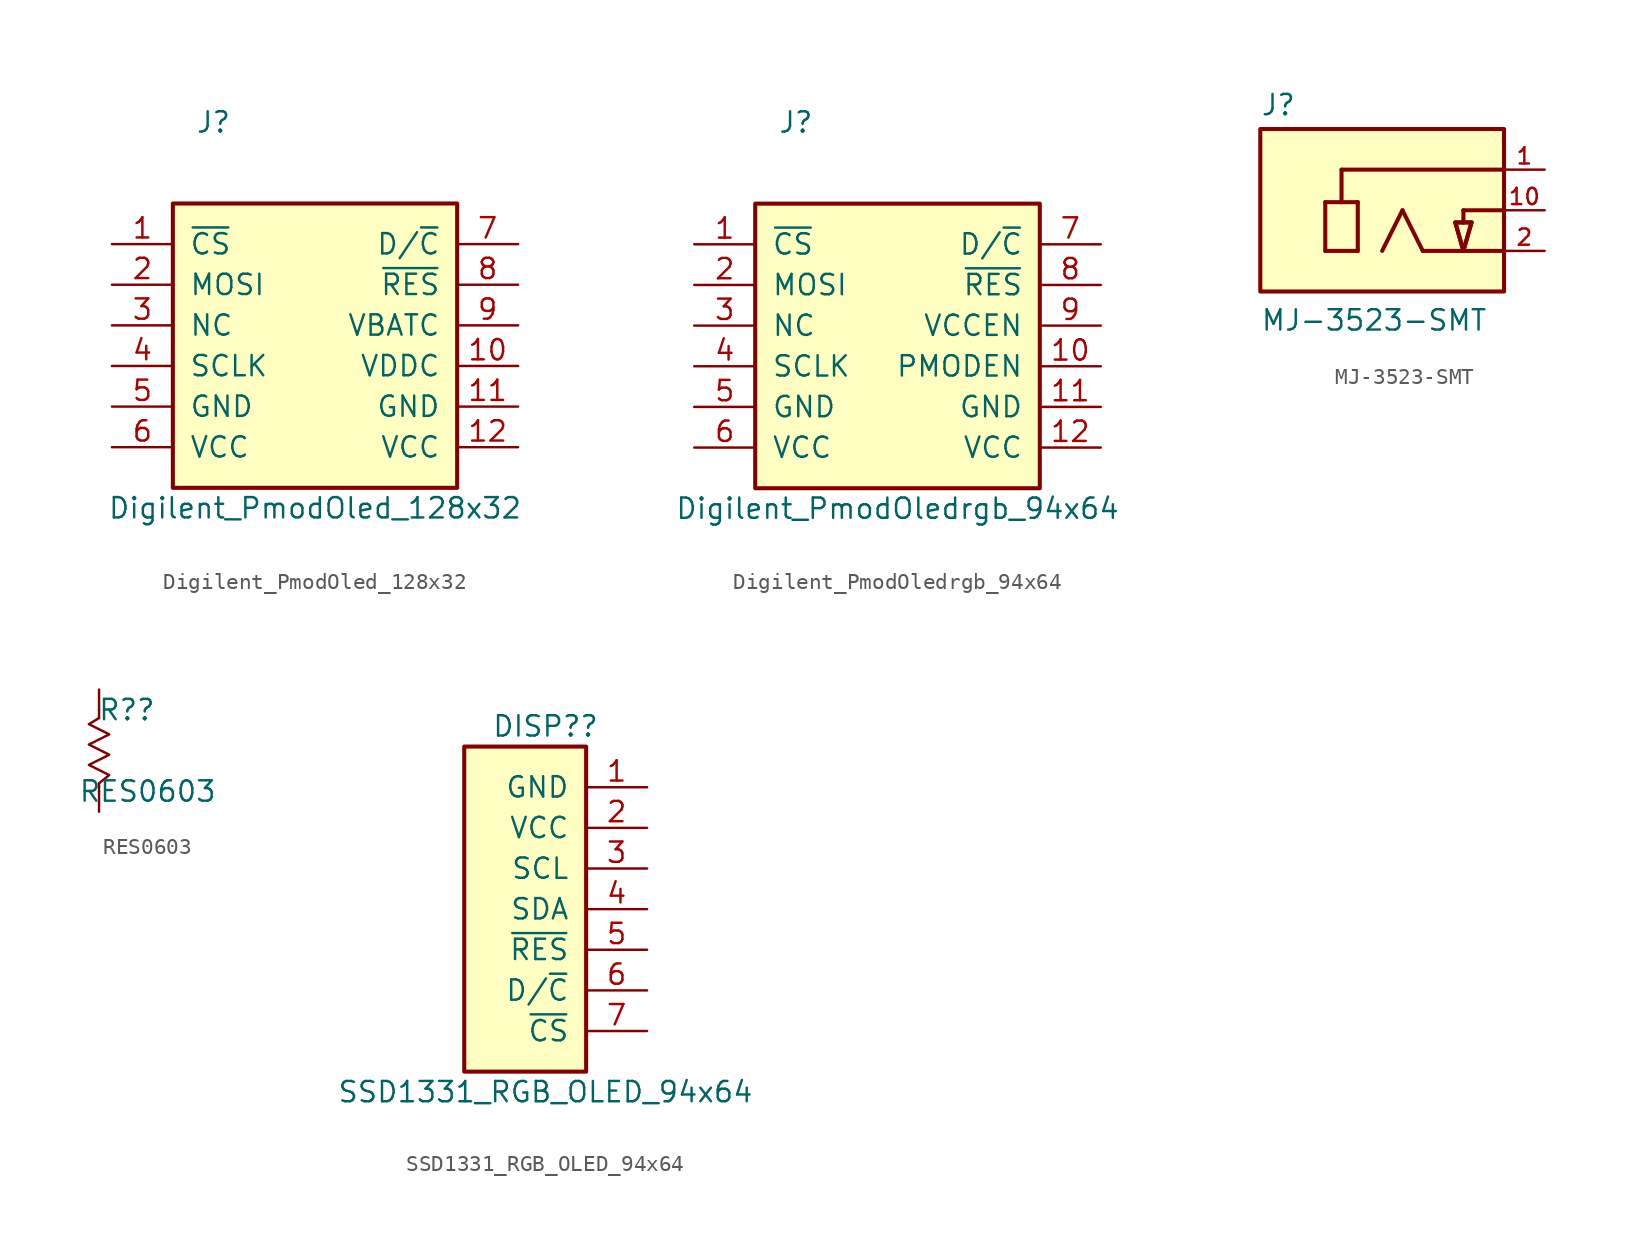
<source format=kicad_sym>
(kicad_symbol_lib
  (version 20211014)
  (generator kicad_symbol_editor)
  (symbol "Digilent_PmodOled_128x32"
    (pin_names
      (offset 1.016))
    (property "Reference" "J"
      (at -6.35 12.7 0)
      (effects (font (size 1.27 1.27))))
    (property "Value" "Digilent_PmodOled_128x32"
      (at 0 -11.43 0)
      (effects (font (size 1.27 1.27))))
    (symbol "Digilent_PmodOled_128x32_1_1"
      (rectangle (start -8.89 7.62) (end 8.89 -10.16) (stroke (width 0.254) (type default) (color 0 0 0 0)) (fill (type background)))
      (pin input line (at -12.7 5.08 0) (length 3.81) (name "~{CS}" (effects (font (size 1.27 1.27)))) (number "1" (effects (font (size 1.27 1.27)))))
      (pin power_in line (at 12.7 -2.54 180) (length 3.81) (name "VDDC" (effects (font (size 1.27 1.27)))) (number "10" (effects (font (size 1.27 1.27)))))
      (pin power_in line (at 12.7 -5.08 180) (length 3.81) (name "GND" (effects (font (size 1.27 1.27)))) (number "11" (effects (font (size 1.27 1.27)))))
      (pin power_in line (at 12.7 -7.62 180) (length 3.81) (name "VCC" (effects (font (size 1.27 1.27)))) (number "12" (effects (font (size 1.27 1.27)))))
      (pin input line (at -12.7 2.54 0) (length 3.81) (name "MOSI" (effects (font (size 1.27 1.27)))) (number "2" (effects (font (size 1.27 1.27)))))
      (pin passive line (at -12.7 0 0) (length 3.81) (name "NC" (effects (font (size 1.27 1.27)))) (number "3" (effects (font (size 1.27 1.27)))))
      (pin input line (at -12.7 -2.54 0) (length 3.81) (name "SCLK" (effects (font (size 1.27 1.27)))) (number "4" (effects (font (size 1.27 1.27)))))
      (pin power_in line (at -12.7 -5.08 0) (length 3.81) (name "GND" (effects (font (size 1.27 1.27)))) (number "5" (effects (font (size 1.27 1.27)))))
      (pin power_in line (at -12.7 -7.62 0) (length 3.81) (name "VCC" (effects (font (size 1.27 1.27)))) (number "6" (effects (font (size 1.27 1.27)))))
      (pin input line (at 12.7 5.08 180) (length 3.81) (name "D/~{C}" (effects (font (size 1.27 1.27)))) (number "7" (effects (font (size 1.27 1.27)))))
      (pin input line (at 12.7 2.54 180) (length 3.81) (name "~{RES}" (effects (font (size 1.27 1.27)))) (number "8" (effects (font (size 1.27 1.27)))))
      (pin power_in line (at 12.7 0 180) (length 3.81) (name "VBATC" (effects (font (size 1.27 1.27)))) (number "9" (effects (font (size 1.27 1.27)))))))
  (symbol "Digilent_PmodOledrgb_94x64"
    (pin_names
      (offset 1.016))
    (property "Reference" "J"
      (at -6.35 12.7 0)
      (effects (font (size 1.27 1.27))))
    (property "Value" "Digilent_PmodOledrgb_94x64"
      (at 0 -11.43 0)
      (effects (font (size 1.27 1.27))))
    (symbol "Digilent_PmodOledrgb_94x64_1_1"
      (rectangle (start -8.89 7.62) (end 8.89 -10.16) (stroke (width 0.254) (type default) (color 0 0 0 0)) (fill (type background)))
      (pin input line (at -12.7 5.08 0) (length 3.81) (name "~{CS}" (effects (font (size 1.27 1.27)))) (number "1" (effects (font (size 1.27 1.27)))))
      (pin input line (at 12.7 -2.54 180) (length 3.81) (name "PMODEN" (effects (font (size 1.27 1.27)))) (number "10" (effects (font (size 1.27 1.27)))))
      (pin power_in line (at 12.7 -5.08 180) (length 3.81) (name "GND" (effects (font (size 1.27 1.27)))) (number "11" (effects (font (size 1.27 1.27)))))
      (pin power_in line (at 12.7 -7.62 180) (length 3.81) (name "VCC" (effects (font (size 1.27 1.27)))) (number "12" (effects (font (size 1.27 1.27)))))
      (pin input line (at -12.7 2.54 0) (length 3.81) (name "MOSI" (effects (font (size 1.27 1.27)))) (number "2" (effects (font (size 1.27 1.27)))))
      (pin passive line (at -12.7 0 0) (length 3.81) (name "NC" (effects (font (size 1.27 1.27)))) (number "3" (effects (font (size 1.27 1.27)))))
      (pin input line (at -12.7 -2.54 0) (length 3.81) (name "SCLK" (effects (font (size 1.27 1.27)))) (number "4" (effects (font (size 1.27 1.27)))))
      (pin power_in line (at -12.7 -5.08 0) (length 3.81) (name "GND" (effects (font (size 1.27 1.27)))) (number "5" (effects (font (size 1.27 1.27)))))
      (pin power_in line (at -12.7 -7.62 0) (length 3.81) (name "VCC" (effects (font (size 1.27 1.27)))) (number "6" (effects (font (size 1.27 1.27)))))
      (pin input line (at 12.7 5.08 180) (length 3.81) (name "D/~{C}" (effects (font (size 1.27 1.27)))) (number "7" (effects (font (size 1.27 1.27)))))
      (pin input line (at 12.7 2.54 180) (length 3.81) (name "~{RES}" (effects (font (size 1.27 1.27)))) (number "8" (effects (font (size 1.27 1.27)))))
      (pin input line (at 12.7 0 180) (length 3.81) (name "VCCEN" (effects (font (size 1.27 1.27)))) (number "9" (effects (font (size 1.27 1.27)))))))
  (symbol "MJ-3523-SMT"
    (pin_names
      (offset 1.016) hide)
    (property "Reference" "J"
      (at -7.62 5.842 0)
      (effects (font (size 1.27 1.27)) (justify left bottom)))
    (property "Value" "MJ-3523-SMT"
      (at -7.62 -7.62 0)
      (effects (font (size 1.27 1.27)) (justify left bottom)))
    (symbol "MJ-3523-SMT_0_0"
      (rectangle (start -7.62 -5.08) (end 7.62 5.08) (stroke (width 0.254) (type default) (color 0 0 0 0)) (fill (type background)))
      (polyline (pts (xy -3.556 -2.54) (xy -1.524 -2.54)) (stroke (width 0.254) (type default) (color 0 0 0 0)) (fill (type none)))
      (polyline (pts (xy -3.556 0.508) (xy -3.556 -2.54)) (stroke (width 0.254) (type default) (color 0 0 0 0)) (fill (type none)))
      (polyline (pts (xy -2.54 0.508) (xy -3.556 0.508)) (stroke (width 0.254) (type default) (color 0 0 0 0)) (fill (type none)))
      (polyline (pts (xy -2.54 0.508) (xy -2.54 2.54)) (stroke (width 0.254) (type default) (color 0 0 0 0)) (fill (type none)))
      (polyline (pts (xy -2.54 2.54) (xy 7.62 2.54)) (stroke (width 0.254) (type default) (color 0 0 0 0)) (fill (type none)))
      (polyline (pts (xy -1.524 -2.54) (xy -1.524 0.508)) (stroke (width 0.254) (type default) (color 0 0 0 0)) (fill (type none)))
      (polyline (pts (xy -1.524 0.508) (xy -2.54 0.508)) (stroke (width 0.254) (type default) (color 0 0 0 0)) (fill (type none)))
      (polyline (pts (xy 0 -2.54) (xy 1.27 0)) (stroke (width 0.254) (type default) (color 0 0 0 0)) (fill (type none)))
      (polyline (pts (xy 1.27 0) (xy 2.54 -2.54)) (stroke (width 0.254) (type default) (color 0 0 0 0)) (fill (type none)))
      (polyline (pts (xy 2.54 -2.54) (xy 5.08 -2.54)) (stroke (width 0.254) (type default) (color 0 0 0 0)) (fill (type none)))
      (polyline (pts (xy 4.572 -0.762) (xy 5.08 -2.54)) (stroke (width 0.254) (type default) (color 0 0 0 0)) (fill (type none)))
      (polyline (pts (xy 5.08 -2.54) (xy 5.588 -0.762)) (stroke (width 0.254) (type default) (color 0 0 0 0)) (fill (type none)))
      (polyline (pts (xy 5.08 -2.54) (xy 7.62 -2.54)) (stroke (width 0.254) (type default) (color 0 0 0 0)) (fill (type none)))
      (polyline (pts (xy 5.08 -0.762) (xy 4.572 -0.762)) (stroke (width 0.254) (type default) (color 0 0 0 0)) (fill (type none)))
      (polyline (pts (xy 5.08 0) (xy 5.08 -0.762)) (stroke (width 0.254) (type default) (color 0 0 0 0)) (fill (type none)))
      (polyline (pts (xy 5.588 -0.762) (xy 5.08 -0.762)) (stroke (width 0.254) (type default) (color 0 0 0 0)) (fill (type none)))
      (polyline (pts (xy 7.62 0) (xy 5.08 0)) (stroke (width 0.254) (type default) (color 0 0 0 0)) (fill (type none)))
      (polyline (pts (xy 5.588 -0.762) (xy 4.572 -0.762) (xy 5.08 -2.54) (xy 5.588 -0.762)) (stroke (width 0.254) (type default) (color 0 0 0 0)) (fill (type background)))
      (pin passive line (at 10.16 2.54 180) (length 2.54) (name "~" (effects (font (size 1.016 1.016)))) (number "1" (effects (font (size 1.016 1.016)))))
      (pin passive line (at 10.16 0 180) (length 2.54) (name "~" (effects (font (size 1.016 1.016)))) (number "10" (effects (font (size 1.016 1.016)))))
      (pin passive line (at 10.16 -2.54 180) (length 2.54) (name "~" (effects (font (size 1.016 1.016)))) (number "2" (effects (font (size 1.016 1.016)))))))
  (symbol "RES0603"
    (pin_numbers hide)
    (pin_names
      (offset 0))
    (property "Reference" "R?"
      (at 3.556 2.54 0)
      (effects (font (size 1.27 1.27)) (justify right)))
    (property "Value" "RES0603"
      (at 7.366 -2.54 0)
      (effects (font (size 1.27 1.27)) (justify right)))
    (symbol "RES0603_0_0"
      (polyline (pts (xy 0 -2.286) (xy 0 -2.54)) (stroke (width 0) (type default) (color 0 0 0 0)) (fill (type none)))
      (polyline (pts (xy 0 -2.032) (xy 0 -2.286)) (stroke (width 0) (type default) (color 0 0 0 0)) (fill (type none)))
      (polyline (pts (xy 0 2.032) (xy 0 2.54)) (stroke (width 0) (type default) (color 0 0 0 0)) (fill (type none)))
      (polyline (pts (xy 0 2.032) (xy -0.635 1.651) (xy 0.635 1.016) (xy -0.635 0.381) (xy 0.635 -0.254) (xy -0.635 -0.889) (xy 0.635 -1.524) (xy 0 -2.032)) (stroke (width 0) (type default) (color 0 0 0 0)) (fill (type none))))
    (symbol "RES0603_1_1"
      (pin passive line (at 0 3.81 270) (length 1.27) (name "~" (effects (font (size 1.27 1.27)))) (number "1" (effects (font (size 1.27 1.27)))))
      (pin passive line (at 0 -3.81 90) (length 1.27) (name "~" (effects (font (size 1.27 1.27)))) (number "2" (effects (font (size 1.27 1.27)))))))
  (symbol "SSD1331_RGB_OLED_94x64"
    (pin_names
      (offset 1.016))
    (property "Reference" "DISP?"
      (at 1.27 10.16 0)
      (effects (font (size 1.27 1.27))))
    (property "Value" "SSD1331_RGB_OLED_94x64"
      (at 1.27 -12.7 0)
      (effects (font (size 1.27 1.27))))
    (symbol "SSD1331_RGB_OLED_94x64_1_1"
      (rectangle (start -3.81 8.89) (end 3.81 -11.43) (stroke (width 0.254) (type default) (color 0 0 0 0)) (fill (type background)))
      (pin power_in line (at 7.62 6.35 180) (length 3.81) (name "GND" (effects (font (size 1.27 1.27)))) (number "1" (effects (font (size 1.27 1.27)))))
      (pin power_in line (at 7.62 3.81 180) (length 3.81) (name "VCC" (effects (font (size 1.27 1.27)))) (number "2" (effects (font (size 1.27 1.27)))))
      (pin input line (at 7.62 1.27 180) (length 3.81) (name "SCL" (effects (font (size 1.27 1.27)))) (number "3" (effects (font (size 1.27 1.27)))))
      (pin input line (at 7.62 -1.27 180) (length 3.81) (name "SDA" (effects (font (size 1.27 1.27)))) (number "4" (effects (font (size 1.27 1.27)))))
      (pin input line (at 7.62 -3.81 180) (length 3.81) (name "~{RES}" (effects (font (size 1.27 1.27)))) (number "5" (effects (font (size 1.27 1.27)))))
      (pin input line (at 7.62 -6.35 180) (length 3.81) (name "D/~{C}" (effects (font (size 1.27 1.27)))) (number "6" (effects (font (size 1.27 1.27)))))
      (pin input line (at 7.62 -8.89 180) (length 3.81) (name "~{CS}" (effects (font (size 1.27 1.27)))) (number "7" (effects (font (size 1.27 1.27))))))))
</source>
